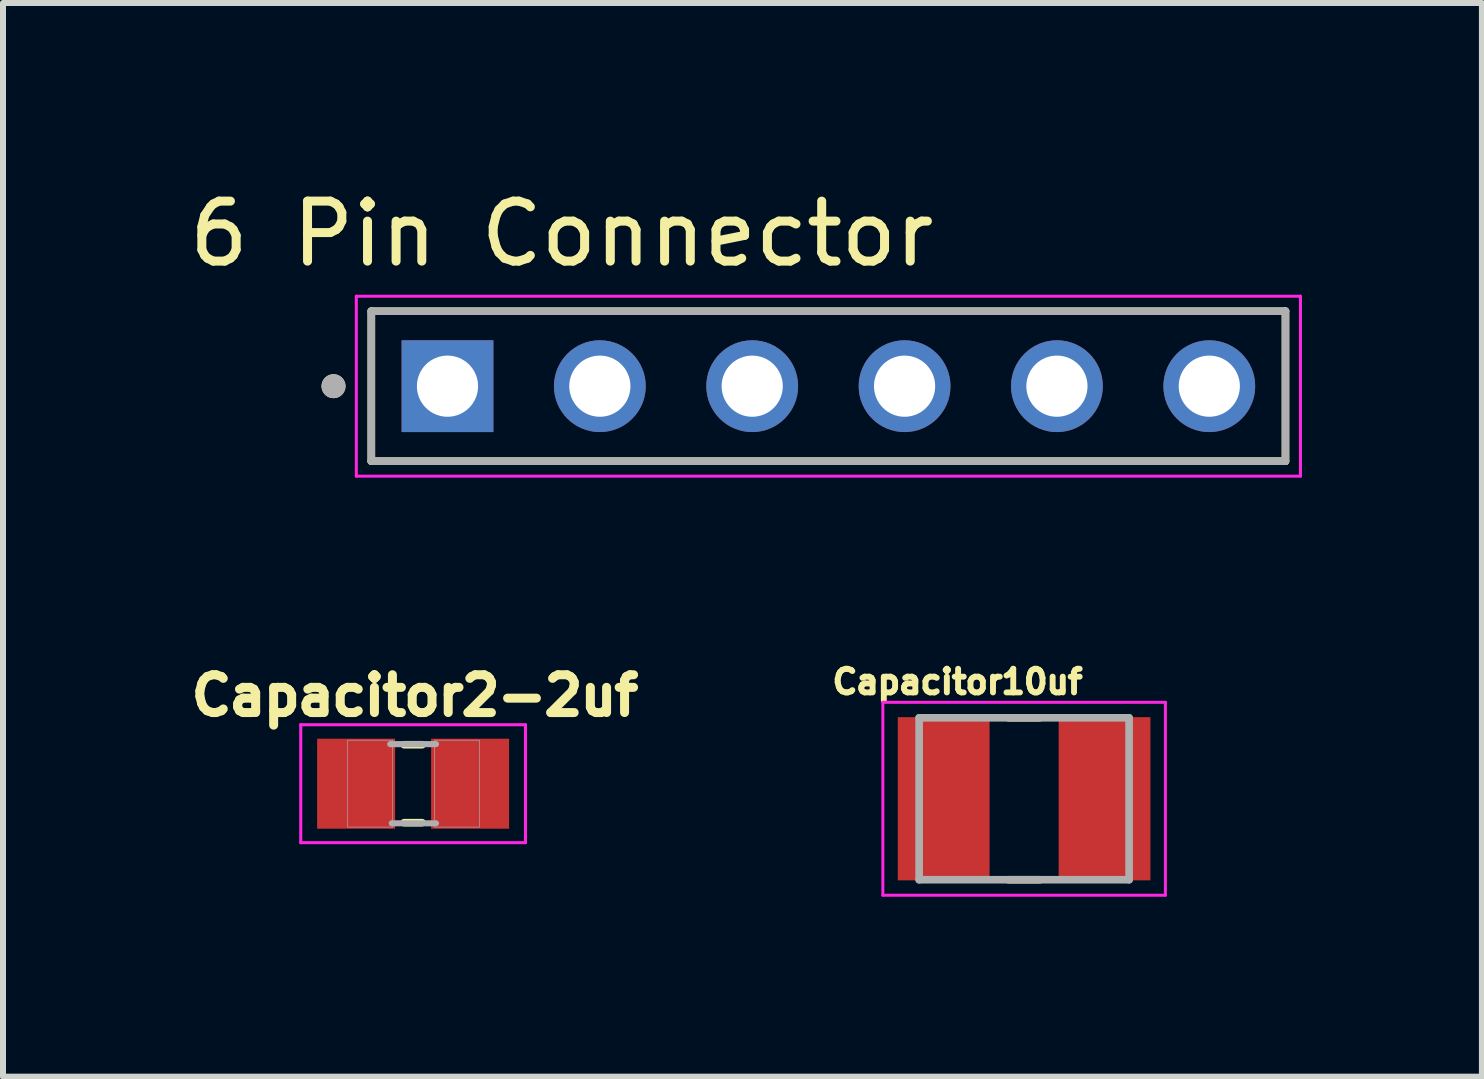
<source format=kicad_pcb>
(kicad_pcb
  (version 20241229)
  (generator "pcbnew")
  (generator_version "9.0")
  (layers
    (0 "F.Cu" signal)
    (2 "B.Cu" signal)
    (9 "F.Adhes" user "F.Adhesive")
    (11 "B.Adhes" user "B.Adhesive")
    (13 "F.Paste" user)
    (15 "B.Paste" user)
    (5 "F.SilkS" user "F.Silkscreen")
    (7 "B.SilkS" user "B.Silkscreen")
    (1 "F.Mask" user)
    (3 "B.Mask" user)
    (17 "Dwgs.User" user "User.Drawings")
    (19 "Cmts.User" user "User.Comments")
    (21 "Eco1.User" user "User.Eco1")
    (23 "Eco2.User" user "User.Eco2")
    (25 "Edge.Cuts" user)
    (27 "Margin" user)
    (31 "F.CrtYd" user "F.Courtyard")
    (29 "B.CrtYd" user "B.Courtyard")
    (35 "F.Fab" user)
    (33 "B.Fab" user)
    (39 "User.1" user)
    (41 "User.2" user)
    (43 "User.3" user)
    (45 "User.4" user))
  (footprint "6 Pin Connector"
    (layer "F.Cu")
    (at 10.76 3.388)
    (property "Reference" "6 Pin Connector" (at -4.445 -2.54 0) (layer "F.SilkS") (effects (font (size 1 1) (thickness 0.15))))
    (attr through_hole)
    (fp_line (start -7.62 -1.25) (end 7.62 -1.25) (stroke (width 0.127) (type solid)) (layer "F.SilkS"))
    (fp_line (start -7.62 1.25) (end -7.62 -1.25) (stroke (width 0.127) (type solid)) (layer "F.SilkS"))
    (fp_line (start 7.62 -1.25) (end 7.62 1.25) (stroke (width 0.127) (type solid)) (layer "F.SilkS"))
    (fp_line (start 7.62 1.25) (end -7.62 1.25) (stroke (width 0.127) (type solid)) (layer "F.SilkS"))
    (fp_circle (center -8.25 0) (end -8.15 0) (stroke (width 0.2) (type solid)) (fill no) (layer "F.SilkS"))
    (fp_line (start -7.87 -1.5) (end 7.87 -1.5) (stroke (width 0.05) (type solid)) (layer "F.CrtYd"))
    (fp_line (start -7.87 1.5) (end -7.87 -1.5) (stroke (width 0.05) (type solid)) (layer "F.CrtYd"))
    (fp_line (start 7.87 -1.5) (end 7.87 1.5) (stroke (width 0.05) (type solid)) (layer "F.CrtYd"))
    (fp_line (start 7.87 1.5) (end -7.87 1.5) (stroke (width 0.05) (type solid)) (layer "F.CrtYd"))
    (fp_line (start -7.62 -1.25) (end 7.62 -1.25) (stroke (width 0.127) (type solid)) (layer "F.Fab"))
    (fp_line (start -7.62 1.25) (end -7.62 -1.25) (stroke (width 0.127) (type solid)) (layer "F.Fab"))
    (fp_line (start 7.62 -1.25) (end 7.62 1.25) (stroke (width 0.127) (type solid)) (layer "F.Fab"))
    (fp_line (start 7.62 1.25) (end -7.62 1.25) (stroke (width 0.127) (type solid)) (layer "F.Fab"))
    (fp_circle (center -8.25 0) (end -8.15 0) (stroke (width 0.2) (type solid)) (fill no) (layer "F.Fab"))
    (pad "1" thru_hole rect (at -6.35 0) (size 1.53 1.53) (drill 1.02) (layers "*.Cu" "*.Mask"))
    (pad "2" thru_hole circle (at -3.81 0) (size 1.53 1.53) (drill 1.02) (layers "*.Cu" "*.Mask"))
    (pad "3" thru_hole circle (at -1.27 0) (size 1.53 1.53) (drill 1.02) (layers "*.Cu" "*.Mask"))
    (pad "4" thru_hole circle (at 1.27 0) (size 1.53 1.53) (drill 1.02) (layers "*.Cu" "*.Mask"))
    (pad "5" thru_hole circle (at 3.81 0) (size 1.53 1.53) (drill 1.02) (layers "*.Cu" "*.Mask"))
    (pad "6" thru_hole circle (at 6.35 0) (size 1.53 1.53) (drill 1.02) (layers "*.Cu" "*.Mask")))
  (footprint "Capacitor10uf"
    (layer "F.Cu")
    (at 14.023 10.266)
    (property "Reference" "Capacitor10uf" (at -1.11 -1.95 0) (layer "F.SilkS") (effects (font (size 0.394 0.394) (thickness 0.15))))
    (attr smd)
    (fp_line (start -0.26 -1.35) (end 0.26 -1.35) (stroke (width 0.127) (type solid)) (layer "F.SilkS"))
    (fp_line (start -0.26 1.35) (end 0.26 1.35) (stroke (width 0.127) (type solid)) (layer "F.SilkS"))
    (fp_line (start -2.355 -1.608) (end 2.355 -1.608) (stroke (width 0.05) (type solid)) (layer "F.CrtYd"))
    (fp_line (start -2.355 1.608) (end -2.355 -1.608) (stroke (width 0.05) (type solid)) (layer "F.CrtYd"))
    (fp_line (start -2.355 1.608) (end 2.355 1.608) (stroke (width 0.05) (type solid)) (layer "F.CrtYd"))
    (fp_line (start 2.355 1.608) (end 2.355 -1.608) (stroke (width 0.05) (type solid)) (layer "F.CrtYd"))
    (fp_line (start -1.75 1.35) (end -1.75 -1.35) (stroke (width 0.127) (type solid)) (layer "F.Fab"))
    (fp_line (start 1.75 -1.35) (end -1.75 -1.35) (stroke (width 0.127) (type solid)) (layer "F.Fab"))
    (fp_line (start 1.75 1.35) (end -1.75 1.35) (stroke (width 0.127) (type solid)) (layer "F.Fab"))
    (fp_line (start 1.75 1.35) (end 1.75 -1.35) (stroke (width 0.127) (type solid)) (layer "F.Fab"))
    (pad "1" smd rect (at -1.341 0) (size 1.53 2.72) (layers "F.Cu" "F.Mask" "F.Paste"))
    (pad "2" smd rect (at 1.341 0) (size 1.53 2.72) (layers "F.Cu" "F.Mask" "F.Paste")))
  (footprint "Capacitor2-2uf"
    (layer "F.Cu")
    (at 3.837 10.015)
    (property "Reference" "Capacitor2-2uf" (at 0.03 -1.47 0) (layer "F.SilkS") (effects (font (size 0.63 0.63) (thickness 0.15))))
    (attr smd)
    (fp_line (start -0.15 -0.65) (end 0.15 -0.65) (stroke (width 0.127) (type solid)) (layer "F.SilkS"))
    (fp_line (start -0.15 0.65) (end 0.15 0.65) (stroke (width 0.127) (type solid)) (layer "F.SilkS"))
    (fp_line (start -1.873 -0.983) (end 1.873 -0.983) (stroke (width 0.051) (type solid)) (layer "F.CrtYd"))
    (fp_line (start -1.873 0.983) (end -1.873 -0.983) (stroke (width 0.051) (type solid)) (layer "F.CrtYd"))
    (fp_line (start 1.873 -0.983) (end 1.873 0.983) (stroke (width 0.051) (type solid)) (layer "F.CrtYd"))
    (fp_line (start 1.873 0.983) (end -1.873 0.983) (stroke (width 0.051) (type solid)) (layer "F.CrtYd"))
    (fp_line (start -0.381 -0.66) (end 0.381 -0.66) (stroke (width 0.102) (type solid)) (layer "F.Fab"))
    (fp_line (start -0.356 0.66) (end 0.381 0.66) (stroke (width 0.102) (type solid)) (layer "F.Fab"))
    (fp_poly (pts (xy -1.092 -0.726) (xy -0.342 -0.726) (xy -0.342 0.724) (xy -1.092 0.724)) (stroke (width 0.01) (type solid)) (fill no) (layer "F.Fab"))
    (fp_poly (pts (xy 0.356 -0.726) (xy 1.106 -0.726) (xy 1.106 0.724) (xy 0.356 0.724)) (stroke (width 0.01) (type solid)) (fill no) (layer "F.Fab"))
    (pad "1" smd rect (at -0.95 0) (size 1.3 1.5) (layers "F.Cu" "F.Mask" "F.Paste"))
    (pad "2" smd rect (at 0.95 0) (size 1.3 1.5) (layers "F.Cu" "F.Mask" "F.Paste")))
  (gr_rect
    (start -3 -3)
    (end 21.655 14.899)
    (stroke (width 0.1) (type default))
    (fill no)
    (layer "Edge.Cuts")))
</source>
